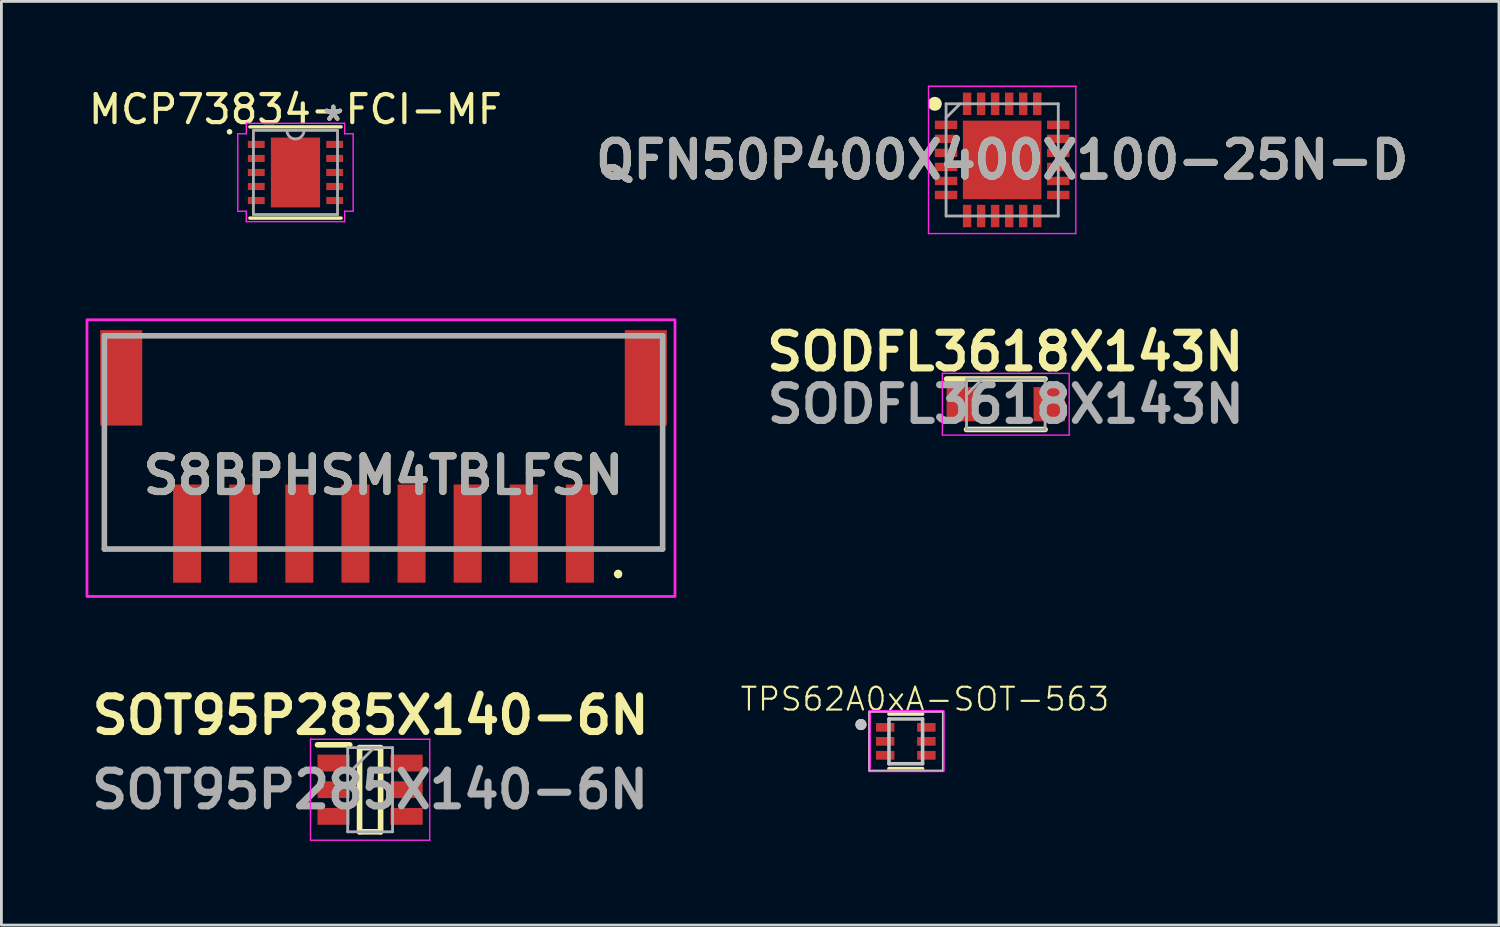
<source format=kicad_pcb>
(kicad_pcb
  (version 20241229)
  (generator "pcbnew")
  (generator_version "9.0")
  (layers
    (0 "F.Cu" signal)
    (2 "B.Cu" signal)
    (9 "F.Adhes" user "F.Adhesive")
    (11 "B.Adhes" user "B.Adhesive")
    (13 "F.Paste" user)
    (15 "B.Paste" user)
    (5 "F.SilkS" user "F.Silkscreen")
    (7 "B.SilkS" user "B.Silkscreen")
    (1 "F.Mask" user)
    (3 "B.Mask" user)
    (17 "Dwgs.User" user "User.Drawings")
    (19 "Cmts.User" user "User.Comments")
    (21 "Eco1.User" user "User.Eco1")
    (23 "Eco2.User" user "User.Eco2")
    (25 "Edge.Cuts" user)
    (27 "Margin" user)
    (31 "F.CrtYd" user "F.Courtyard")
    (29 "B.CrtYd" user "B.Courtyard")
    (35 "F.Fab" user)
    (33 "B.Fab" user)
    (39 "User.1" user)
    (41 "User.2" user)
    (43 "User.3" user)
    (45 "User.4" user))
  (footprint "SODFL3618X143N"
    (layer "F.Cu")
    (at 32.801 11.359)
    (property "Reference" "SODFL3618X143N" (at -0.02 -1.87 0) (layer "F.SilkS") (effects (font (size 1.27 1.27) (thickness 0.254))))
    (attr smd)
    (fp_line (start -2.11 -0.9) (end 1.4 -0.9) (stroke (width 0.2) (type solid)) (layer "F.SilkS"))
    (fp_line (start -1.4 0.9) (end 1.4 0.9) (stroke (width 0.2) (type solid)) (layer "F.SilkS"))
    (fp_line (start -2.26 -1.1) (end 2.26 -1.1) (stroke (width 0.05) (type solid)) (layer "F.CrtYd"))
    (fp_line (start -2.26 1.1) (end -2.26 -1.1) (stroke (width 0.05) (type solid)) (layer "F.CrtYd"))
    (fp_line (start 2.26 -1.1) (end 2.26 1.1) (stroke (width 0.05) (type solid)) (layer "F.CrtYd"))
    (fp_line (start 2.26 1.1) (end -2.26 1.1) (stroke (width 0.05) (type solid)) (layer "F.CrtYd"))
    (fp_line (start -1.4 -0.9) (end 1.4 -0.9) (stroke (width 0.1) (type solid)) (layer "F.Fab"))
    (fp_line (start -1.4 -0.34) (end -0.84 -0.9) (stroke (width 0.1) (type solid)) (layer "F.Fab"))
    (fp_line (start -1.4 0.9) (end -1.4 -0.9) (stroke (width 0.1) (type solid)) (layer "F.Fab"))
    (fp_line (start 1.4 -0.9) (end 1.4 0.9) (stroke (width 0.1) (type solid)) (layer "F.Fab"))
    (fp_line (start 1.4 0.9) (end -1.4 0.9) (stroke (width 0.1) (type solid)) (layer "F.Fab"))
    (fp_text user "${REFERENCE}" (at 0 0 0) (layer "F.Fab") (effects (font (size 1.27 1.27) (thickness 0.254))))
    (pad "1" smd rect (at -1.55 0) (size 1.12 1.22) (layers "F.Cu" "F.Mask" "F.Paste"))
    (pad "2" smd rect (at 1.55 0) (size 1.12 1.22) (layers "F.Cu" "F.Mask" "F.Paste")))
  (footprint "SOT95P285X140-6N"
    (layer "F.Cu")
    (at 10.142 25.099)
    (property "Reference" "SOT95P285X140-6N" (at 0.02 -2.65 0) (layer "F.SilkS") (effects (font (size 1.27 1.27) (thickness 0.254))))
    (attr smd)
    (fp_line (start -1.875 -1.6) (end -0.725 -1.6) (stroke (width 0.2) (type solid)) (layer "F.SilkS"))
    (fp_line (start -0.375 -1.5) (end 0.375 -1.5) (stroke (width 0.2) (type solid)) (layer "F.SilkS"))
    (fp_line (start -0.375 1.5) (end -0.375 -1.5) (stroke (width 0.2) (type solid)) (layer "F.SilkS"))
    (fp_line (start 0.375 -1.5) (end 0.375 1.5) (stroke (width 0.2) (type solid)) (layer "F.SilkS"))
    (fp_line (start 0.375 1.5) (end -0.375 1.5) (stroke (width 0.2) (type solid)) (layer "F.SilkS"))
    (fp_line (start -2.125 -1.8) (end 2.125 -1.8) (stroke (width 0.05) (type solid)) (layer "F.CrtYd"))
    (fp_line (start -2.125 1.8) (end -2.125 -1.8) (stroke (width 0.05) (type solid)) (layer "F.CrtYd"))
    (fp_line (start 2.125 -1.8) (end 2.125 1.8) (stroke (width 0.05) (type solid)) (layer "F.CrtYd"))
    (fp_line (start 2.125 1.8) (end -2.125 1.8) (stroke (width 0.05) (type solid)) (layer "F.CrtYd"))
    (fp_line (start -0.8 -1.5) (end 0.8 -1.5) (stroke (width 0.1) (type solid)) (layer "F.Fab"))
    (fp_line (start -0.8 -0.55) (end 0.15 -1.5) (stroke (width 0.1) (type solid)) (layer "F.Fab"))
    (fp_line (start -0.8 1.5) (end -0.8 -1.5) (stroke (width 0.1) (type solid)) (layer "F.Fab"))
    (fp_line (start 0.8 -1.5) (end 0.8 1.5) (stroke (width 0.1) (type solid)) (layer "F.Fab"))
    (fp_line (start 0.8 1.5) (end -0.8 1.5) (stroke (width 0.1) (type solid)) (layer "F.Fab"))
    (fp_text user "${REFERENCE}" (at 0 0 0) (layer "F.Fab") (effects (font (size 1.27 1.27) (thickness 0.254))))
    (pad "1" smd rect (at -1.3 -0.95 90) (size 0.6 1.15) (layers "F.Cu" "F.Mask" "F.Paste"))
    (pad "2" smd rect (at -1.3 0 90) (size 0.6 1.15) (layers "F.Cu" "F.Mask" "F.Paste"))
    (pad "3" smd rect (at -1.3 0.95 90) (size 0.6 1.15) (layers "F.Cu" "F.Mask" "F.Paste"))
    (pad "4" smd rect (at 1.3 0.95 90) (size 0.6 1.15) (layers "F.Cu" "F.Mask" "F.Paste"))
    (pad "5" smd rect (at 1.3 0 90) (size 0.6 1.15) (layers "F.Cu" "F.Mask" "F.Paste"))
    (pad "6" smd rect (at 1.3 -0.95 90) (size 0.6 1.15) (layers "F.Cu" "F.Mask" "F.Paste")))
  (footprint "S8BPHSM4TBLFSN"
    (layer "F.Cu")
    (at 10.62 12.72)
    (property "Reference" "S8BPHSM4TBLFSN" (at 0 1.175 0) (layer "F.SilkS") (effects (font (size 1.27 1.27) (thickness 0.254))))
    (attr smd)
    (fp_line (start -9.95 0) (end -9.95 0) (stroke (width 0.1) (type solid)) (layer "F.SilkS"))
    (fp_line (start -9.95 0) (end -9.95 3.8) (stroke (width 0.1) (type solid)) (layer "F.SilkS"))
    (fp_line (start -9.95 3.8) (end -9.95 0) (stroke (width 0.1) (type solid)) (layer "F.SilkS"))
    (fp_line (start -9.95 3.8) (end -9.95 3.8) (stroke (width 0.1) (type solid)) (layer "F.SilkS"))
    (fp_line (start -9.95 3.8) (end -9.95 3.8) (stroke (width 0.1) (type solid)) (layer "F.SilkS"))
    (fp_line (start -9.95 3.8) (end -8.25 3.8) (stroke (width 0.1) (type solid)) (layer "F.SilkS"))
    (fp_line (start -8.25 3.8) (end -9.95 3.8) (stroke (width 0.1) (type solid)) (layer "F.SilkS"))
    (fp_line (start -8.25 3.8) (end -8.25 3.8) (stroke (width 0.1) (type solid)) (layer "F.SilkS"))
    (fp_line (start -8 -3.8) (end -8 -3.8) (stroke (width 0.1) (type solid)) (layer "F.SilkS"))
    (fp_line (start -8 -3.8) (end 8 -3.8) (stroke (width 0.1) (type solid)) (layer "F.SilkS"))
    (fp_line (start 8 -3.8) (end -8 -3.8) (stroke (width 0.1) (type solid)) (layer "F.SilkS"))
    (fp_line (start 8 -3.8) (end 8 -3.8) (stroke (width 0.1) (type solid)) (layer "F.SilkS"))
    (fp_line (start 8.25 3.8) (end 8.25 3.8) (stroke (width 0.1) (type solid)) (layer "F.SilkS"))
    (fp_line (start 8.25 3.8) (end 9.95 3.8) (stroke (width 0.1) (type solid)) (layer "F.SilkS"))
    (fp_line (start 8.36 4.74) (end 8.36 4.74) (stroke (width 0.2) (type solid)) (layer "F.SilkS"))
    (fp_line (start 9.95 0) (end 9.95 0) (stroke (width 0.1) (type solid)) (layer "F.SilkS"))
    (fp_line (start 9.95 0) (end 9.95 3.75) (stroke (width 0.1) (type solid)) (layer "F.SilkS"))
    (fp_line (start 9.95 3.75) (end 9.95 0) (stroke (width 0.1) (type solid)) (layer "F.SilkS"))
    (fp_line (start 9.95 3.75) (end 9.95 3.75) (stroke (width 0.1) (type solid)) (layer "F.SilkS"))
    (fp_line (start 9.95 3.8) (end 8.25 3.8) (stroke (width 0.1) (type solid)) (layer "F.SilkS"))
    (fp_line (start 9.95 3.8) (end 9.95 3.8) (stroke (width 0.1) (type solid)) (layer "F.SilkS"))
    (fp_arc (start 8.36 4.64) (mid 8.41 4.69) (end 8.36 4.74) (stroke (width 0.2) (type solid)) (layer "F.SilkS"))
    (fp_arc (start 8.36 4.64) (mid 8.41 4.69) (end 8.36 4.74) (stroke (width 0.2) (type solid)) (layer "F.SilkS"))
    (fp_arc (start 8.36 4.74) (mid 8.31 4.69) (end 8.36 4.64) (stroke (width 0.2) (type solid)) (layer "F.SilkS"))
    (fp_rect (start -10.57 -4.37) (end 10.39 5.49) (stroke (width 0.1) (type default)) (fill no) (layer "F.CrtYd"))
    (fp_line (start -9.95 -3.8) (end -9.95 3.8) (stroke (width 0.2) (type solid)) (layer "F.Fab"))
    (fp_line (start -9.95 3.8) (end 9.95 3.8) (stroke (width 0.2) (type solid)) (layer "F.Fab"))
    (fp_line (start 9.95 -3.8) (end -9.95 -3.8) (stroke (width 0.2) (type solid)) (layer "F.Fab"))
    (fp_line (start 9.95 3.8) (end 9.95 -3.8) (stroke (width 0.2) (type solid)) (layer "F.Fab"))
    (fp_text user "${REFERENCE}" (at 0 1.175 0) (layer "F.Fab") (effects (font (size 1.27 1.27) (thickness 0.254))))
    (pad "1" smd rect (at 7 3.25) (size 1 3.5) (layers "F.Cu" "F.Mask" "F.Paste"))
    (pad "2" smd rect (at 5 3.25) (size 1 3.5) (layers "F.Cu" "F.Mask" "F.Paste"))
    (pad "3" smd rect (at 3 3.25) (size 1 3.5) (layers "F.Cu" "F.Mask" "F.Paste"))
    (pad "4" smd rect (at 1 3.25) (size 1 3.5) (layers "F.Cu" "F.Mask" "F.Paste"))
    (pad "5" smd rect (at -1 3.25) (size 1 3.5) (layers "F.Cu" "F.Mask" "F.Paste"))
    (pad "6" smd rect (at -3 3.25) (size 1 3.5) (layers "F.Cu" "F.Mask" "F.Paste"))
    (pad "7" smd rect (at -5 3.25) (size 1 3.5) (layers "F.Cu" "F.Mask" "F.Paste"))
    (pad "8" smd rect (at -7 3.25) (size 1 3.5) (layers "F.Cu" "F.Mask" "F.Paste"))
    (pad "MP1" smd rect (at 9.35 -2.3) (size 1.5 3.4) (layers "F.Cu" "F.Mask" "F.Paste"))
    (pad "MP2" smd rect (at -9.35 -2.3) (size 1.5 3.4) (layers "F.Cu" "F.Mask" "F.Paste")))
  (footprint "MCP73834-FCI-MF"
    (layer "F.Cu")
    (at 7.482 3.098)
    (property "Reference" "MCP73834-FCI-MF" (at 0 -2.25 0) (layer "F.SilkS") (effects (font (size 1 1) (thickness 0.15))))
    (attr through_hole)
    (fp_line (start -1.626 1.626) (end 1.626 1.626) (stroke (width 0.12) (type solid)) (layer "F.SilkS"))
    (fp_line (start 1.626 -1.626) (end -1.626 -1.626) (stroke (width 0.12) (type solid)) (layer "F.SilkS"))
    (fp_circle (center -2.35 -1.45) (end -2.3 -1.45) (stroke (width 0.1) (type default)) (fill no) (layer "F.SilkS"))
    (fp_line (start -2.057 -1.381) (end -1.753 -1.381) (stroke (width 0.05) (type solid)) (layer "F.CrtYd"))
    (fp_line (start -2.057 1.381) (end -2.057 -1.381) (stroke (width 0.05) (type solid)) (layer "F.CrtYd"))
    (fp_line (start -1.753 -1.753) (end 1.753 -1.753) (stroke (width 0.05) (type solid)) (layer "F.CrtYd"))
    (fp_line (start -1.753 -1.381) (end -1.753 -1.753) (stroke (width 0.05) (type solid)) (layer "F.CrtYd"))
    (fp_line (start -1.753 1.381) (end -2.057 1.381) (stroke (width 0.05) (type solid)) (layer "F.CrtYd"))
    (fp_line (start -1.753 1.753) (end -1.753 1.381) (stroke (width 0.05) (type solid)) (layer "F.CrtYd"))
    (fp_line (start 1.753 -1.753) (end 1.753 -1.381) (stroke (width 0.05) (type solid)) (layer "F.CrtYd"))
    (fp_line (start 1.753 1.381) (end 1.753 1.753) (stroke (width 0.05) (type solid)) (layer "F.CrtYd"))
    (fp_line (start 1.753 1.753) (end -1.753 1.753) (stroke (width 0.05) (type solid)) (layer "F.CrtYd"))
    (fp_line (start 2.057 -1.381) (end 1.753 -1.381) (stroke (width 0.05) (type solid)) (layer "F.CrtYd"))
    (fp_line (start 2.057 -1.381) (end 2.057 1.381) (stroke (width 0.05) (type solid)) (layer "F.CrtYd"))
    (fp_line (start 2.057 1.381) (end 1.753 1.381) (stroke (width 0.05) (type solid)) (layer "F.CrtYd"))
    (fp_line (start -1.499 -1.499) (end -1.499 1.499) (stroke (width 0.1) (type solid)) (layer "F.Fab"))
    (fp_line (start -1.499 1.499) (end 1.499 1.499) (stroke (width 0.1) (type solid)) (layer "F.Fab"))
    (fp_line (start 1.499 -1.499) (end -1.499 -1.499) (stroke (width 0.1) (type solid)) (layer "F.Fab"))
    (fp_line (start 1.499 1.499) (end 1.499 -1.499) (stroke (width 0.1) (type solid)) (layer "F.Fab"))
    (fp_arc (start 0.3048 -1.4986) (mid 0 -1.1938) (end -0.3048 -1.4986) (stroke (width 0.1) (type solid)) (layer "F.Fab"))
    (fp_text user "*" (at 1.35 -1.8 0) (layer "F.SilkS") (effects (font (size 1 1) (thickness 0.15))))
    (fp_text user "*" (at 1.35 -1.8 0) (layer "F.Fab") (effects (font (size 1 1) (thickness 0.15))))
    (pad "1" smd rect (at -1.397 -1) (size 0.6 0.254) (layers "F.Cu" "F.Mask" "F.Paste"))
    (pad "2" smd rect (at -1.397 -0.5) (size 0.6 0.254) (layers "F.Cu" "F.Mask" "F.Paste"))
    (pad "3" smd rect (at -1.397 0) (size 0.6 0.254) (layers "F.Cu" "F.Mask" "F.Paste"))
    (pad "4" smd rect (at -1.397 0.5) (size 0.6 0.254) (layers "F.Cu" "F.Mask" "F.Paste"))
    (pad "5" smd rect (at -1.397 1) (size 0.6 0.254) (layers "F.Cu" "F.Mask" "F.Paste"))
    (pad "6" smd rect (at 1.397 1) (size 0.6 0.254) (layers "F.Cu" "F.Mask" "F.Paste"))
    (pad "7" smd rect (at 1.397 0.5) (size 0.6 0.254) (layers "F.Cu" "F.Mask" "F.Paste"))
    (pad "8" smd rect (at 1.397 0) (size 0.6 0.254) (layers "F.Cu" "F.Mask" "F.Paste"))
    (pad "9" smd rect (at 1.397 -0.5) (size 0.6 0.254) (layers "F.Cu" "F.Mask" "F.Paste"))
    (pad "10" smd rect (at 1.397 -1) (size 0.6 0.254) (layers "F.Cu" "F.Mask" "F.Paste"))
    (pad "11" smd rect (at 0 0) (size 1.753 2.489) (layers "F.Cu" "F.Mask" "F.Paste")))
  (footprint "TPS62A0xA-SOT-563"
    (layer "F.Cu")
    (at 29.236 23.375)
    (property "Reference" "TPS62A0xA-SOT-563" (at 0.681 -1.506 0) (layer "F.SilkS") (effects (font (size 0.813 0.813) (thickness 0.076))))
    (attr smd)
    (fp_line (start -0.599 -0.973) (end 0.599 -0.973) (stroke (width 0.127) (type solid)) (layer "F.SilkS"))
    (fp_line (start -0.599 0.973) (end 0.599 0.973) (stroke (width 0.127) (type solid)) (layer "F.SilkS"))
    (fp_circle (center -1.598 -0.599) (end -1.598 -0.699) (stroke (width 0.198) (type solid)) (fill no) (layer "F.SilkS"))
    (fp_line (start -1.313 -1.049) (end 1.313 -1.049) (stroke (width 0.048) (type solid)) (layer "Dwgs.User"))
    (fp_line (start -1.313 1.049) (end -1.313 -1.049) (stroke (width 0.048) (type solid)) (layer "Dwgs.User"))
    (fp_line (start -0.599 -0.798) (end 0.599 -0.798) (stroke (width 0.127) (type solid)) (layer "Dwgs.User"))
    (fp_line (start -0.599 0.798) (end -0.599 -0.798) (stroke (width 0.127) (type solid)) (layer "Dwgs.User"))
    (fp_line (start 0.599 -0.798) (end 0.599 0.798) (stroke (width 0.127) (type solid)) (layer "Dwgs.User"))
    (fp_line (start 0.599 0.798) (end -0.599 0.798) (stroke (width 0.127) (type solid)) (layer "Dwgs.User"))
    (fp_line (start 1.313 -1.049) (end 1.313 1.049) (stroke (width 0.048) (type solid)) (layer "Dwgs.User"))
    (fp_line (start 1.313 1.049) (end -1.313 1.049) (stroke (width 0.048) (type solid)) (layer "Dwgs.User"))
    (fp_circle (center -1.598 -0.599) (end -1.598 -0.699) (stroke (width 0.198) (type solid)) (fill no) (layer "Dwgs.User"))
    (fp_rect (start -1.29 -1.07) (end 1.34 1.05) (stroke (width 0.1) (type default)) (fill no) (layer "F.CrtYd"))
    (pad "1" smd rect (at -0.734 -0.498) (size 0.658 0.31) (layers "F.Cu" "F.Mask" "F.Paste"))
    (pad "2" smd rect (at -0.734 0) (size 0.658 0.31) (layers "F.Cu" "F.Mask" "F.Paste"))
    (pad "3" smd rect (at -0.734 0.498) (size 0.658 0.31) (layers "F.Cu" "F.Mask" "F.Paste"))
    (pad "4" smd rect (at 0.734 0.498) (size 0.658 0.31) (layers "F.Cu" "F.Mask" "F.Paste"))
    (pad "5" smd rect (at 0.734 0) (size 0.658 0.31) (layers "F.Cu" "F.Mask" "F.Paste"))
    (pad "6" smd rect (at 0.734 -0.498) (size 0.658 0.31) (layers "F.Cu" "F.Mask" "F.Paste")))
  (footprint "QFN50P400X400X100-25N-D"
    (layer "F.Cu")
    (at 32.672 2.65)
    (property "Reference" "QFN50P400X400X100-25N-D" (at 0 0 0) (layer "F.SilkS") (effects (font (size 1.27 1.27) (thickness 0.254))))
    (attr smd)
    (fp_circle (center -2.4 -2) (end -2.4 -1.875) (stroke (width 0.25) (type solid)) (fill no) (layer "F.SilkS"))
    (fp_line (start -2.625 -2.625) (end 2.625 -2.625) (stroke (width 0.05) (type solid)) (layer "F.CrtYd"))
    (fp_line (start -2.625 2.625) (end -2.625 -2.625) (stroke (width 0.05) (type solid)) (layer "F.CrtYd"))
    (fp_line (start 2.625 -2.625) (end 2.625 2.625) (stroke (width 0.05) (type solid)) (layer "F.CrtYd"))
    (fp_line (start 2.625 2.625) (end -2.625 2.625) (stroke (width 0.05) (type solid)) (layer "F.CrtYd"))
    (fp_line (start -2 -2) (end 2 -2) (stroke (width 0.1) (type solid)) (layer "F.Fab"))
    (fp_line (start -2 -1.5) (end -1.5 -2) (stroke (width 0.1) (type solid)) (layer "F.Fab"))
    (fp_line (start -2 2) (end -2 -2) (stroke (width 0.1) (type solid)) (layer "F.Fab"))
    (fp_line (start 2 -2) (end 2 2) (stroke (width 0.1) (type solid)) (layer "F.Fab"))
    (fp_line (start 2 2) (end -2 2) (stroke (width 0.1) (type solid)) (layer "F.Fab"))
    (fp_text user "${REFERENCE}" (at 0 0 0) (layer "F.Fab") (effects (font (size 1.27 1.27) (thickness 0.254))))
    (pad "1" smd rect (at -2 -1.25 90) (size 0.3 0.8) (layers "F.Cu" "F.Mask" "F.Paste"))
    (pad "2" smd rect (at -2 -0.75 90) (size 0.3 0.8) (layers "F.Cu" "F.Mask" "F.Paste"))
    (pad "3" smd rect (at -2 -0.25 90) (size 0.3 0.8) (layers "F.Cu" "F.Mask" "F.Paste"))
    (pad "4" smd rect (at -2 0.25 90) (size 0.3 0.8) (layers "F.Cu" "F.Mask" "F.Paste"))
    (pad "5" smd rect (at -2 0.75 90) (size 0.3 0.8) (layers "F.Cu" "F.Mask" "F.Paste"))
    (pad "6" smd rect (at -2 1.25 90) (size 0.3 0.8) (layers "F.Cu" "F.Mask" "F.Paste"))
    (pad "7" smd rect (at -1.25 2) (size 0.3 0.8) (layers "F.Cu" "F.Mask" "F.Paste"))
    (pad "8" smd rect (at -0.75 2) (size 0.3 0.8) (layers "F.Cu" "F.Mask" "F.Paste"))
    (pad "9" smd rect (at -0.25 2) (size 0.3 0.8) (layers "F.Cu" "F.Mask" "F.Paste"))
    (pad "10" smd rect (at 0.25 2) (size 0.3 0.8) (layers "F.Cu" "F.Mask" "F.Paste"))
    (pad "11" smd rect (at 0.75 2) (size 0.3 0.8) (layers "F.Cu" "F.Mask" "F.Paste"))
    (pad "12" smd rect (at 1.25 2) (size 0.3 0.8) (layers "F.Cu" "F.Mask" "F.Paste"))
    (pad "13" smd rect (at 2 1.25 90) (size 0.3 0.8) (layers "F.Cu" "F.Mask" "F.Paste"))
    (pad "14" smd rect (at 2 0.75 90) (size 0.3 0.8) (layers "F.Cu" "F.Mask" "F.Paste"))
    (pad "15" smd rect (at 2 0.25 90) (size 0.3 0.8) (layers "F.Cu" "F.Mask" "F.Paste"))
    (pad "16" smd rect (at 2 -0.25 90) (size 0.3 0.8) (layers "F.Cu" "F.Mask" "F.Paste"))
    (pad "17" smd rect (at 2 -0.75 90) (size 0.3 0.8) (layers "F.Cu" "F.Mask" "F.Paste"))
    (pad "18" smd rect (at 2 -1.25 90) (size 0.3 0.8) (layers "F.Cu" "F.Mask" "F.Paste"))
    (pad "19" smd rect (at 1.25 -2) (size 0.3 0.8) (layers "F.Cu" "F.Mask" "F.Paste"))
    (pad "20" smd rect (at 0.75 -2) (size 0.3 0.8) (layers "F.Cu" "F.Mask" "F.Paste"))
    (pad "21" smd rect (at 0.25 -2) (size 0.3 0.8) (layers "F.Cu" "F.Mask" "F.Paste"))
    (pad "22" smd rect (at -0.25 -2) (size 0.3 0.8) (layers "F.Cu" "F.Mask" "F.Paste"))
    (pad "23" smd rect (at -0.75 -2) (size 0.3 0.8) (layers "F.Cu" "F.Mask" "F.Paste"))
    (pad "24" smd rect (at -1.25 -2) (size 0.3 0.8) (layers "F.Cu" "F.Mask" "F.Paste"))
    (pad "25" smd rect (at 0 0) (size 2.8 2.8) (layers "F.Cu" "F.Mask" "F.Paste")))
  (gr_rect
    (start -3 -3)
    (end 50.38 29.924)
    (stroke (width 0.1) (type default))
    (fill no)
    (layer "Edge.Cuts")))
</source>
